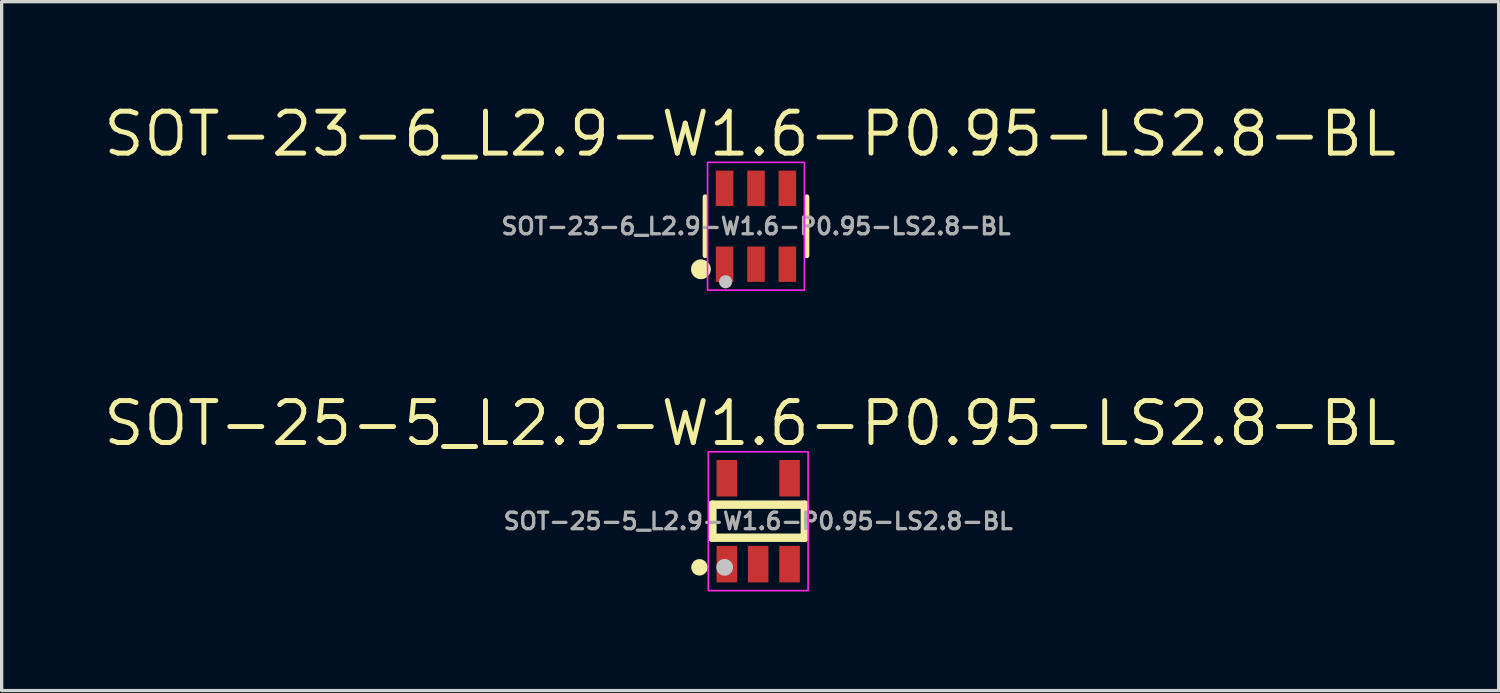
<source format=kicad_pcb>
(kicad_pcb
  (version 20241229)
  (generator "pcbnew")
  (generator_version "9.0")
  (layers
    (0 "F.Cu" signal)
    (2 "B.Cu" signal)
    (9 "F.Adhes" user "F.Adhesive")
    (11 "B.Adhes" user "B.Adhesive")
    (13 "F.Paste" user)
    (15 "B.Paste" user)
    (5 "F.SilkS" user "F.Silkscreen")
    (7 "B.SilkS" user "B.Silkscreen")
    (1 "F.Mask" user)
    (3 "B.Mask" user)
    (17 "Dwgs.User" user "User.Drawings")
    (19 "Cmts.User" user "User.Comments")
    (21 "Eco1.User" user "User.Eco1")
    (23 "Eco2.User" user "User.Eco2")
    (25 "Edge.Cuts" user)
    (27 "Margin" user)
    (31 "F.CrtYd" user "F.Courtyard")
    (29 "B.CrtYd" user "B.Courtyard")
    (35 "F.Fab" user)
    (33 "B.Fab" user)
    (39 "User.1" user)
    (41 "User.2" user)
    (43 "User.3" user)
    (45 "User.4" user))
  (footprint "SOT-25-5_L2.9-W1.6-P0.95-LS2.8-BL"
    (layer "F.Cu")
    (at 19.906 12.73)
    (property "Reference" "SOT-25-5_L2.9-W1.6-P0.95-LS2.8-BL" (at -0.244 -2.962 0) (layer "F.SilkS") (effects (font (size 1.27 1.27) (thickness 0.15))))
    (fp_line (start -1.387 -0.5) (end 1.412 -0.5) (stroke (width 0.254) (type default)) (layer "F.SilkS"))
    (fp_line (start -1.387 0.5) (end -1.387 -0.5) (stroke (width 0.254) (type default)) (layer "F.SilkS"))
    (fp_line (start 1.412 -0.5) (end 1.412 0.5) (stroke (width 0.254) (type default)) (layer "F.SilkS"))
    (fp_line (start 1.412 0.5) (end -1.387 0.5) (stroke (width 0.254) (type default)) (layer "F.SilkS"))
    (fp_arc (start -1.7796 1.5215) (mid -1.7783 1.272493) (end -1.777 1.5215) (stroke (width 0.2489) (type default)) (layer "F.SilkS"))
    (fp_circle (center -1.016 1.397) (end -0.889 1.397) (stroke (width 0.254) (type default)) (fill no) (layer "Dwgs.User"))
    (fp_rect (start -1.511 -2.102) (end 1.511 2.102) (stroke (width 0.05) (type default)) (fill no) (layer "F.CrtYd"))
    (fp_circle (center -1.45 1.4) (end -1.42 1.4) (stroke (width 0.06) (type default)) (fill no) (layer "User.5"))
    (fp_text user "${REFERENCE}" (at 0 0 0) (layer "F.Fab") (effects (font (size 0.5 0.5) (thickness 0.1))))
    (pad "1" smd rect (at -0.95 1.3) (size 0.622 1.105) (layers "F.Cu" "F.Mask" "F.Paste"))
    (pad "2" smd rect (at -0.001 1.3) (size 0.622 1.105) (layers "F.Cu" "F.Mask" "F.Paste"))
    (pad "3" smd rect (at 0.95 1.3) (size 0.622 1.105) (layers "F.Cu" "F.Mask" "F.Paste"))
    (pad "4" smd rect (at 0.95 -1.3) (size 0.622 1.105) (layers "F.Cu" "F.Mask" "F.Paste"))
    (pad "5" smd rect (at -0.95 -1.3) (size 0.622 1.105) (layers "F.Cu" "F.Mask" "F.Paste"))
    (zone (net_name "") (layer "User.3") (hatch edge 0.5) (priority 100) (connect_pads yes) (min_thickness 0) (filled_areas_thickness no) (fill yes) (polygon (pts (xy 18.456 13.53) (xy 18.456 11.93) (xy 21.356 11.93) (xy 21.356 13.53))) (filled_polygon (layer "User.3") (island) (pts (xy 18.456 13.53) (xy 18.456 11.93) (xy 21.356 11.93) (xy 21.356 13.53))))
    (zone (net_name "") (layer "User.4") (hatch edge 0.5) (priority 100) (connect_pads yes) (min_thickness 0) (filled_areas_thickness no) (fill yes) (polygon (pts (xy 18.756 11.53) (xy 18.756 11.33) (xy 19.156 11.33) (xy 19.156 11.53))) (filled_polygon (layer "User.4") (island) (pts (xy 18.756 11.53) (xy 18.756 11.33) (xy 19.156 11.33) (xy 19.156 11.53))))
    (zone (net_name "") (layer "User.4") (hatch edge 0.5) (priority 100) (connect_pads) (min_thickness 0) (filled_areas_thickness no) (keepout (tracks allowed) (vias allowed) (pads allowed) (copperpour not_allowed) (footprints allowed)) (placement (enabled no)) (fill) (polygon (pts (xy 18.756 11.94) (xy 18.756 11.52) (xy 19.156 11.52) (xy 19.156 11.94))))
    (zone (net_name "") (layer "User.4") (hatch edge 0.5) (priority 100) (connect_pads) (min_thickness 0) (filled_areas_thickness no) (keepout (tracks allowed) (vias allowed) (pads allowed) (copperpour not_allowed) (footprints allowed)) (placement (enabled no)) (fill) (polygon (pts (xy 18.756 13.94) (xy 18.756 13.52) (xy 19.156 13.52) (xy 19.156 13.94))))
    (zone (net_name "") (layer "User.4") (hatch edge 0.5) (priority 100) (connect_pads yes) (min_thickness 0) (filled_areas_thickness no) (fill yes) (polygon (pts (xy 18.756 14.13) (xy 18.756 13.93) (xy 19.156 13.93) (xy 19.156 14.13))) (filled_polygon (layer "User.4") (island) (pts (xy 18.756 14.13) (xy 18.756 13.93) (xy 19.156 13.93) (xy 19.156 14.13))))
    (zone (net_name "") (layer "User.4") (hatch edge 0.5) (priority 100) (connect_pads) (min_thickness 0) (filled_areas_thickness no) (keepout (tracks allowed) (vias allowed) (pads allowed) (copperpour not_allowed) (footprints allowed)) (placement (enabled no)) (fill) (polygon (pts (xy 19.706 13.94) (xy 19.706 13.52) (xy 20.106 13.52) (xy 20.106 13.94))))
    (zone (net_name "") (layer "User.4") (hatch edge 0.5) (priority 100) (connect_pads yes) (min_thickness 0) (filled_areas_thickness no) (fill yes) (polygon (pts (xy 19.706 14.13) (xy 19.706 13.93) (xy 20.106 13.93) (xy 20.106 14.13))) (filled_polygon (layer "User.4") (island) (pts (xy 19.706 14.13) (xy 19.706 13.93) (xy 20.106 13.93) (xy 20.106 14.13))))
    (zone (net_name "") (layer "User.4") (hatch edge 0.5) (priority 100) (connect_pads yes) (min_thickness 0) (filled_areas_thickness no) (fill yes) (polygon (pts (xy 20.655 11.53) (xy 20.655 11.33) (xy 21.055 11.33) (xy 21.055 11.53))) (filled_polygon (layer "User.4") (island) (pts (xy 20.655 11.53) (xy 20.655 11.33) (xy 21.055 11.33) (xy 21.055 11.53))))
    (zone (net_name "") (layer "User.4") (hatch edge 0.5) (priority 100) (connect_pads) (min_thickness 0) (filled_areas_thickness no) (keepout (tracks allowed) (vias allowed) (pads allowed) (copperpour not_allowed) (footprints allowed)) (placement (enabled no)) (fill) (polygon (pts (xy 20.655 11.94) (xy 20.655 11.52) (xy 21.055 11.52) (xy 21.055 11.94))))
    (zone (net_name "") (layer "User.4") (hatch edge 0.5) (priority 100) (connect_pads) (min_thickness 0) (filled_areas_thickness no) (keepout (tracks allowed) (vias allowed) (pads allowed) (copperpour not_allowed) (footprints allowed)) (placement (enabled no)) (fill) (polygon (pts (xy 20.655 13.94) (xy 20.655 13.52) (xy 21.055 13.52) (xy 21.055 13.94))))
    (zone (net_name "") (layer "User.4") (hatch edge 0.5) (priority 100) (connect_pads yes) (min_thickness 0) (filled_areas_thickness no) (fill yes) (polygon (pts (xy 20.655 14.13) (xy 20.655 13.93) (xy 21.055 13.93) (xy 21.055 14.13))) (filled_polygon (layer "User.4") (island) (pts (xy 20.655 14.13) (xy 20.655 13.93) (xy 21.055 13.93) (xy 21.055 14.13)))))
  (footprint "SOT-23-6_L2.9-W1.6-P0.95-LS2.8-BL"
    (layer "F.Cu")
    (at 19.839 3.801)
    (property "Reference" "SOT-23-6_L2.9-W1.6-P0.95-LS2.8-BL" (at -0.176 -2.795 0) (layer "F.SilkS") (effects (font (size 1.27 1.27) (thickness 0.15))))
    (fp_line (start -1.539 0.889) (end -1.539 -0.889) (stroke (width 0.152) (type default)) (layer "F.SilkS"))
    (fp_line (start 1.539 0.889) (end 1.539 -0.889) (stroke (width 0.152) (type default)) (layer "F.SilkS"))
    (fp_circle (center -1.668 1.302) (end -1.518 1.302) (stroke (width 0.3) (type default)) (fill no) (layer "F.SilkS"))
    (fp_circle (center -0.92 1.68) (end -0.82 1.68) (stroke (width 0.2) (type default)) (fill no) (layer "Dwgs.User"))
    (fp_rect (start -1.466 -1.935) (end 1.466 1.935) (stroke (width 0.05) (type default)) (fill no) (layer "F.CrtYd"))
    (fp_circle (center -1.463 1.4) (end -1.433 1.4) (stroke (width 0.06) (type default)) (fill no) (layer "User.5"))
    (fp_text user "${REFERENCE}" (at 0 0 0) (layer "F.Fab") (effects (font (size 0.5 0.5) (thickness 0.1))))
    (pad "1" smd rect (at -0.95 1.149) (size 0.532 1.072) (layers "F.Cu" "F.Mask" "F.Paste"))
    (pad "2" smd rect (at 0 1.149) (size 0.532 1.072) (layers "F.Cu" "F.Mask" "F.Paste"))
    (pad "3" smd rect (at 0.95 1.149) (size 0.532 1.072) (layers "F.Cu" "F.Mask" "F.Paste"))
    (pad "4" smd rect (at 0.95 -1.149) (size 0.532 1.072) (layers "F.Cu" "F.Mask" "F.Paste"))
    (pad "5" smd rect (at 0 -1.149) (size 0.532 1.072) (layers "F.Cu" "F.Mask" "F.Paste"))
    (pad "6" smd rect (at -0.95 -1.149) (size 0.532 1.072) (layers "F.Cu" "F.Mask" "F.Paste"))
    (zone (net_name "") (layer "User.3") (hatch edge 0.5) (priority 100) (connect_pads yes) (min_thickness 0) (filled_areas_thickness no) (fill yes) (polygon (pts (xy 18.376 2.988) (xy 21.302 2.988) (xy 21.302 4.614) (xy 18.376 4.614))) (filled_polygon (layer "User.3") (island) (pts (xy 18.376 2.988) (xy 21.302 2.988) (xy 21.302 4.614) (xy 18.376 4.614))))
    (zone (net_name "") (layer "User.4") (hatch edge 0.5) (priority 100) (connect_pads) (min_thickness 0) (filled_areas_thickness no) (keepout (tracks allowed) (vias allowed) (pads allowed) (copperpour not_allowed) (footprints allowed)) (placement (enabled no)) (fill) (polygon (pts (xy 18.674 2.866) (xy 19.104 2.866) (xy 19.104 2.998) (xy 18.674 2.998))))
    (zone (net_name "") (layer "User.4") (hatch edge 0.5) (priority 100) (connect_pads yes) (min_thickness 0) (filled_areas_thickness no) (fill yes) (polygon (pts (xy 18.674 2.876) (xy 19.104 2.876) (xy 19.104 2.401) (xy 18.674 2.401))) (filled_polygon (layer "User.4") (island) (pts (xy 18.674 2.876) (xy 19.104 2.876) (xy 19.104 2.401) (xy 18.674 2.401))))
    (zone (net_name "") (layer "User.4") (hatch edge 0.5) (priority 100) (connect_pads) (min_thickness 0) (filled_areas_thickness no) (keepout (tracks allowed) (vias allowed) (pads allowed) (copperpour not_allowed) (footprints allowed)) (placement (enabled no)) (fill) (polygon (pts (xy 18.674 4.604) (xy 19.104 4.604) (xy 19.104 4.736) (xy 18.674 4.736))))
    (zone (net_name "") (layer "User.4") (hatch edge 0.5) (priority 100) (connect_pads yes) (min_thickness 0) (filled_areas_thickness no) (fill yes) (polygon (pts (xy 18.674 4.726) (xy 19.104 4.726) (xy 19.104 5.201) (xy 18.674 5.201))) (filled_polygon (layer "User.4") (island) (pts (xy 18.674 4.726) (xy 19.104 4.726) (xy 19.104 5.201) (xy 18.674 5.201))))
    (zone (net_name "") (layer "User.4") (hatch edge 0.5) (priority 100) (connect_pads) (min_thickness 0) (filled_areas_thickness no) (keepout (tracks allowed) (vias allowed) (pads allowed) (copperpour not_allowed) (footprints allowed)) (placement (enabled no)) (fill) (polygon (pts (xy 19.624 2.866) (xy 20.054 2.866) (xy 20.054 2.998) (xy 19.624 2.998))))
    (zone (net_name "") (layer "User.4") (hatch edge 0.5) (priority 100) (connect_pads yes) (min_thickness 0) (filled_areas_thickness no) (fill yes) (polygon (pts (xy 19.624 2.876) (xy 20.054 2.876) (xy 20.054 2.401) (xy 19.624 2.401))) (filled_polygon (layer "User.4") (island) (pts (xy 19.624 2.876) (xy 20.054 2.876) (xy 20.054 2.401) (xy 19.624 2.401))))
    (zone (net_name "") (layer "User.4") (hatch edge 0.5) (priority 100) (connect_pads) (min_thickness 0) (filled_areas_thickness no) (keepout (tracks allowed) (vias allowed) (pads allowed) (copperpour not_allowed) (footprints allowed)) (placement (enabled no)) (fill) (polygon (pts (xy 19.624 4.604) (xy 20.054 4.604) (xy 20.054 4.736) (xy 19.624 4.736))))
    (zone (net_name "") (layer "User.4") (hatch edge 0.5) (priority 100) (connect_pads yes) (min_thickness 0) (filled_areas_thickness no) (fill yes) (polygon (pts (xy 19.624 4.726) (xy 20.054 4.726) (xy 20.054 5.201) (xy 19.624 5.201))) (filled_polygon (layer "User.4") (island) (pts (xy 19.624 4.726) (xy 20.054 4.726) (xy 20.054 5.201) (xy 19.624 5.201))))
    (zone (net_name "") (layer "User.4") (hatch edge 0.5) (priority 100) (connect_pads) (min_thickness 0) (filled_areas_thickness no) (keepout (tracks allowed) (vias allowed) (pads allowed) (copperpour not_allowed) (footprints allowed)) (placement (enabled no)) (fill) (polygon (pts (xy 20.574 2.866) (xy 21.004 2.866) (xy 21.004 2.998) (xy 20.574 2.998))))
    (zone (net_name "") (layer "User.4") (hatch edge 0.5) (priority 100) (connect_pads yes) (min_thickness 0) (filled_areas_thickness no) (fill yes) (polygon (pts (xy 20.574 2.876) (xy 21.004 2.876) (xy 21.004 2.401) (xy 20.574 2.401))) (filled_polygon (layer "User.4") (island) (pts (xy 20.574 2.876) (xy 21.004 2.876) (xy 21.004 2.401) (xy 20.574 2.401))))
    (zone (net_name "") (layer "User.4") (hatch edge 0.5) (priority 100) (connect_pads) (min_thickness 0) (filled_areas_thickness no) (keepout (tracks allowed) (vias allowed) (pads allowed) (copperpour not_allowed) (footprints allowed)) (placement (enabled no)) (fill) (polygon (pts (xy 20.574 4.604) (xy 21.004 4.604) (xy 21.004 4.736) (xy 20.574 4.736))))
    (zone (net_name "") (layer "User.4") (hatch edge 0.5) (priority 100) (connect_pads yes) (min_thickness 0) (filled_areas_thickness no) (fill yes) (polygon (pts (xy 20.574 4.726) (xy 21.004 4.726) (xy 21.004 5.201) (xy 20.574 5.201))) (filled_polygon (layer "User.4") (island) (pts (xy 20.574 4.726) (xy 21.004 4.726) (xy 21.004 5.201) (xy 20.574 5.201)))))
  (gr_rect
    (start -3 -3)
    (end 42.324 17.858)
    (stroke (width 0.1) (type default))
    (fill no)
    (layer "Edge.Cuts")))
</source>
